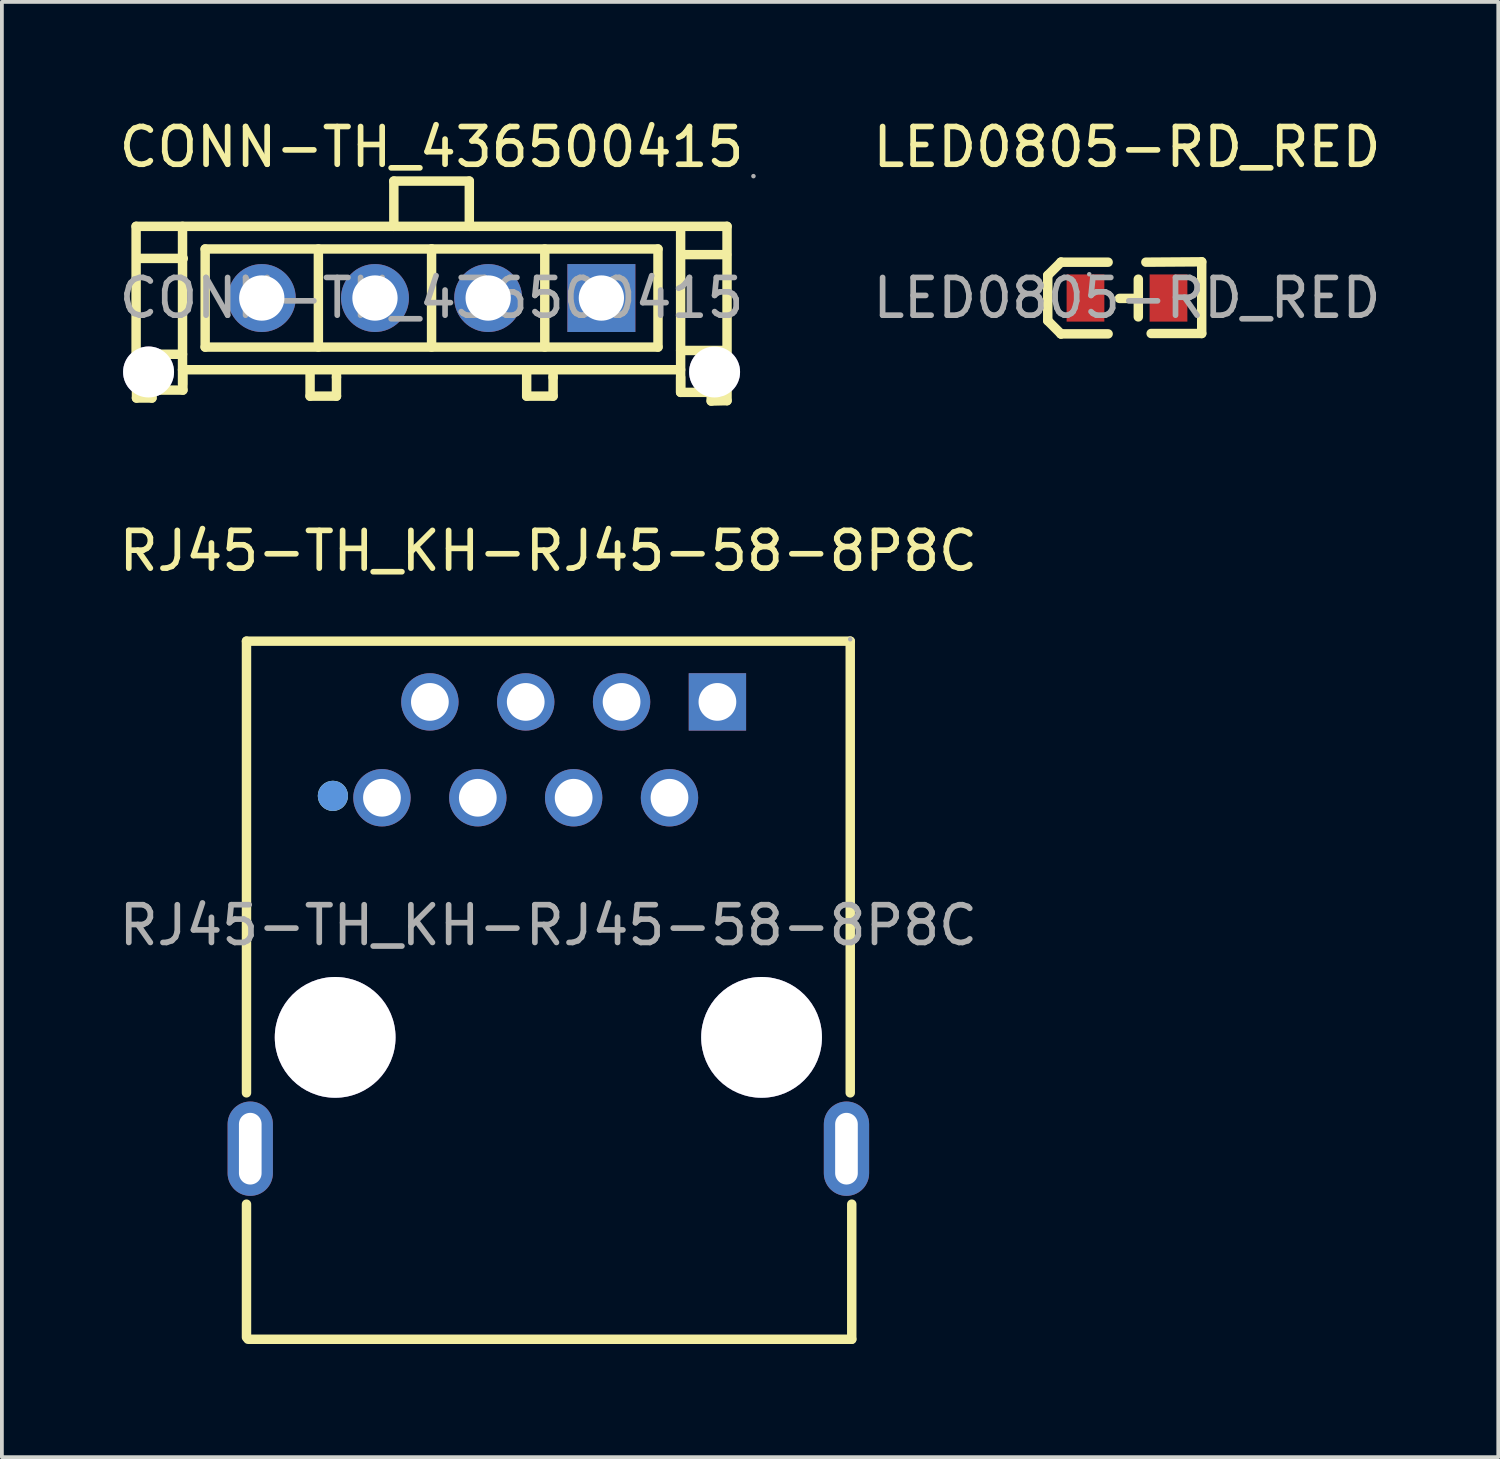
<source format=kicad_pcb>
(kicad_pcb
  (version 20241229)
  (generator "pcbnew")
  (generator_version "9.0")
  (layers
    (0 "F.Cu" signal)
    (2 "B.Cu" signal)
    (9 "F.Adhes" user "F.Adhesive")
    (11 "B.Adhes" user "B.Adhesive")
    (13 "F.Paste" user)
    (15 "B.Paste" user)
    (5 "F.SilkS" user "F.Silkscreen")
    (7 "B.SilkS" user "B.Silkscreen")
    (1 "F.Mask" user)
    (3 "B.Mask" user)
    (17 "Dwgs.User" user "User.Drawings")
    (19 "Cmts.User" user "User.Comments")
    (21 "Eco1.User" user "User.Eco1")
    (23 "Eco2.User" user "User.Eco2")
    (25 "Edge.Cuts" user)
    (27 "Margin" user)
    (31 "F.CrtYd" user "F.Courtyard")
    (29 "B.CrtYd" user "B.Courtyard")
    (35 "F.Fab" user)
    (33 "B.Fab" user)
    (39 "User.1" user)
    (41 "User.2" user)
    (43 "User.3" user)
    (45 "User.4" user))
  (footprint "RJ45-TH_KH-RJ45-58-8P8C"
    (layer "F.Cu")
    (at 11.482 21.471)
    (property "Reference" "RJ45-TH_KH-RJ45-58-8P8C" (at 0 -9.92 0) (layer "F.SilkS") (effects (font (size 1 1) (thickness 0.15))))
    (attr through_hole)
    (fp_line (start -8 -7.53) (end -8 4.44) (stroke (width 0.25) (type solid)) (layer "F.SilkS"))
    (fp_line (start -8 10.92) (end -8 7.39) (stroke (width 0.25) (type solid)) (layer "F.SilkS"))
    (fp_line (start 8 -7.53) (end -8 -7.53) (stroke (width 0.25) (type solid)) (layer "F.SilkS"))
    (fp_line (start 8 -7.53) (end 8 4.44) (stroke (width 0.25) (type solid)) (layer "F.SilkS"))
    (fp_line (start 8.04 7.39) (end 8.04 10.97) (stroke (width 0.25) (type solid)) (layer "F.SilkS"))
    (fp_line (start 8.04 10.97) (end -7.96 10.97) (stroke (width 0.25) (type solid)) (layer "F.SilkS"))
    (fp_circle (center -5.71 -3.43) (end -5.51 -3.43) (stroke (width 0.4) (type solid)) (fill no) (layer "F.SilkS"))
    (fp_circle (center -5.71 -3.43) (end -5.51 -3.43) (stroke (width 0.4) (type solid)) (fill no) (layer "Cmts.User"))
    (fp_circle (center -5.65 2.97) (end -4.9 2.97) (stroke (width 1.5) (type solid)) (fill no) (layer "Cmts.User"))
    (fp_circle (center 5.65 2.97) (end 6.4 2.97) (stroke (width 1.5) (type solid)) (fill no) (layer "Cmts.User"))
    (fp_circle (center 8 -7.58) (end 8.03 -7.58) (stroke (width 0.06) (type solid)) (fill no) (layer "F.Fab"))
    (fp_text user "${REFERENCE}" (at 0 0 0) (layer "F.Fab") (effects (font (size 1 1) (thickness 0.15))))
    (pad "" thru_hole circle (at -5.65 2.97) (size 3.2 3.2) (drill 3.2) (layers "*.Cu" "*.Mask"))
    (pad "" thru_hole circle (at 5.65 2.97) (size 3.2 3.2) (drill 3.2) (layers "*.Cu" "*.Mask"))
    (pad "1" thru_hole circle (at -4.41 -3.38) (size 1.52 1.52) (drill 1) (layers "*.Cu" "*.Mask"))
    (pad "2" thru_hole circle (at -3.14 -5.92) (size 1.52 1.52) (drill 1) (layers "*.Cu" "*.Mask"))
    (pad "3" thru_hole circle (at -1.87 -3.38) (size 1.52 1.52) (drill 1) (layers "*.Cu" "*.Mask"))
    (pad "4" thru_hole circle (at -0.6 -5.92) (size 1.52 1.52) (drill 1) (layers "*.Cu" "*.Mask"))
    (pad "5" thru_hole circle (at 0.67 -3.38) (size 1.52 1.52) (drill 1) (layers "*.Cu" "*.Mask"))
    (pad "6" thru_hole circle (at 1.94 -5.92) (size 1.52 1.52) (drill 1) (layers "*.Cu" "*.Mask"))
    (pad "7" thru_hole circle (at 3.21 -3.38) (size 1.52 1.52) (drill 1) (layers "*.Cu" "*.Mask"))
    (pad "8" thru_hole rect (at 4.48 -5.92) (size 1.52 1.52) (drill 1) (layers "*.Cu" "*.Mask"))
    (pad "9" thru_hole oval (at -7.9 5.92) (size 1.2 2.5) (drill oval 0.6 1.9) (layers "*.Cu" "*.Mask"))
    (pad "10" thru_hole oval (at 7.9 5.92) (size 1.2 2.5) (drill oval 0.6 1.9) (layers "*.Cu" "*.Mask")))
  (footprint "CONN-TH_436500415"
    (layer "F.Cu")
    (at 8.387 4.848)
    (property "Reference" "CONN-TH_436500415" (at 0 -4 0) (layer "F.SilkS") (effects (font (size 1 1) (thickness 0.15))))
    (attr through_hole)
    (fp_line (start -7.83 -1.9) (end -7.83 1.86) (stroke (width 0.25) (type solid)) (layer "F.SilkS"))
    (fp_line (start -7.82 2.01) (end -7.39 2.44) (stroke (width 0.25) (type solid)) (layer "F.SilkS"))
    (fp_line (start -7.82 2.02) (end -7.82 2.65) (stroke (width 0.25) (type solid)) (layer "F.SilkS"))
    (fp_line (start -7.82 2.65) (end -7.41 2.65) (stroke (width 0.25) (type solid)) (layer "F.SilkS"))
    (fp_line (start -7.81 1.49) (end -6.6 1.49) (stroke (width 0.25) (type solid)) (layer "F.SilkS"))
    (fp_line (start -7.79 -1.05) (end -6.58 -1.05) (stroke (width 0.25) (type solid)) (layer "F.SilkS"))
    (fp_line (start -7.41 2.65) (end -7.41 2.42) (stroke (width 0.25) (type solid)) (layer "F.SilkS"))
    (fp_line (start -7.39 2.44) (end -6.59 2.44) (stroke (width 0.25) (type solid)) (layer "F.SilkS"))
    (fp_line (start -6.6 -1.9) (end -6.6 2.28) (stroke (width 0.25) (type solid)) (layer "F.SilkS"))
    (fp_line (start -6.6 1.9) (end 6.6 1.9) (stroke (width 0.25) (type solid)) (layer "F.SilkS"))
    (fp_line (start -6.59 2.44) (end -6.59 2.04) (stroke (width 0.25) (type solid)) (layer "F.SilkS"))
    (fp_line (start -6 -1.3) (end 0 -1.3) (stroke (width 0.25) (type solid)) (layer "F.SilkS"))
    (fp_line (start -6 1.3) (end -6 -1.3) (stroke (width 0.25) (type solid)) (layer "F.SilkS"))
    (fp_line (start -3.22 2) (end -3.22 2.6) (stroke (width 0.25) (type solid)) (layer "F.SilkS"))
    (fp_line (start -3.22 2.6) (end -2.52 2.6) (stroke (width 0.25) (type solid)) (layer "F.SilkS"))
    (fp_line (start -3 -1.3) (end -3 1.3) (stroke (width 0.25) (type solid)) (layer "F.SilkS"))
    (fp_line (start -2.52 2.1) (end -2.52 2) (stroke (width 0.25) (type solid)) (layer "F.SilkS"))
    (fp_line (start -2.52 2.6) (end -2.52 2.1) (stroke (width 0.25) (type solid)) (layer "F.SilkS"))
    (fp_line (start -1 -3.1) (end 1 -3.1) (stroke (width 0.25) (type solid)) (layer "F.SilkS"))
    (fp_line (start -1 -1.9) (end -1 -3.1) (stroke (width 0.25) (type solid)) (layer "F.SilkS"))
    (fp_line (start 0 -1.3) (end 0 1.3) (stroke (width 0.25) (type solid)) (layer "F.SilkS"))
    (fp_line (start 0 -1.3) (end 6 -1.3) (stroke (width 0.25) (type solid)) (layer "F.SilkS"))
    (fp_line (start 1 -3.1) (end 1 -1.9) (stroke (width 0.25) (type solid)) (layer "F.SilkS"))
    (fp_line (start 2.52 2) (end 2.52 2.6) (stroke (width 0.25) (type solid)) (layer "F.SilkS"))
    (fp_line (start 2.52 2.6) (end 3.22 2.6) (stroke (width 0.25) (type solid)) (layer "F.SilkS"))
    (fp_line (start 3 -1.3) (end 3 1.3) (stroke (width 0.25) (type solid)) (layer "F.SilkS"))
    (fp_line (start 3.22 2.1) (end 3.22 2) (stroke (width 0.25) (type solid)) (layer "F.SilkS"))
    (fp_line (start 3.22 2.6) (end 3.22 2.1) (stroke (width 0.25) (type solid)) (layer "F.SilkS"))
    (fp_line (start 6 -1.3) (end 6 1.3) (stroke (width 0.25) (type solid)) (layer "F.SilkS"))
    (fp_line (start 6 1.3) (end -6 1.3) (stroke (width 0.25) (type solid)) (layer "F.SilkS"))
    (fp_line (start 6.6 -1.88) (end 6.6 2.48) (stroke (width 0.25) (type solid)) (layer "F.SilkS"))
    (fp_line (start 6.6 1.39) (end 7.8 1.39) (stroke (width 0.25) (type solid)) (layer "F.SilkS"))
    (fp_line (start 6.6 2.5) (end 6.6 2.1) (stroke (width 0.25) (type solid)) (layer "F.SilkS"))
    (fp_line (start 6.62 -1.15) (end 7.82 -1.15) (stroke (width 0.25) (type solid)) (layer "F.SilkS"))
    (fp_line (start 7.4 2.5) (end 6.6 2.5) (stroke (width 0.25) (type solid)) (layer "F.SilkS"))
    (fp_line (start 7.41 2.73) (end 7.41 2.5) (stroke (width 0.25) (type solid)) (layer "F.SilkS"))
    (fp_line (start 7.83 -1.9) (end -7.83 -1.9) (stroke (width 0.25) (type solid)) (layer "F.SilkS"))
    (fp_line (start 7.83 2.06) (end 7.83 -1.9) (stroke (width 0.25) (type solid)) (layer "F.SilkS"))
    (fp_line (start 7.83 2.07) (end 7.4 2.5) (stroke (width 0.25) (type solid)) (layer "F.SilkS"))
    (fp_line (start 7.83 2.09) (end 7.83 2.72) (stroke (width 0.25) (type solid)) (layer "F.SilkS"))
    (fp_line (start 7.83 2.72) (end 7.41 2.73) (stroke (width 0.25) (type solid)) (layer "F.SilkS"))
    (fp_circle (center -7.5 1.96) (end -7.21 1.96) (stroke (width 0.58) (type solid)) (fill no) (layer "F.Fab"))
    (fp_circle (center -4.5 0) (end -4.25 0) (stroke (width 0.5) (type solid)) (fill no) (layer "F.Fab"))
    (fp_circle (center -1.5 0) (end -1.25 0) (stroke (width 0.5) (type solid)) (fill no) (layer "F.Fab"))
    (fp_circle (center 1.5 0) (end 1.75 0) (stroke (width 0.5) (type solid)) (fill no) (layer "F.Fab"))
    (fp_circle (center 4.5 0) (end 4.75 0) (stroke (width 0.5) (type solid)) (fill no) (layer "F.Fab"))
    (fp_circle (center 7.5 1.96) (end 7.79 1.96) (stroke (width 0.58) (type solid)) (fill no) (layer "F.Fab"))
    (fp_circle (center 8.53 -3.23) (end 8.56 -3.23) (stroke (width 0.06) (type solid)) (fill no) (layer "F.Fab"))
    (fp_text user "${REFERENCE}" (at 0 0 0) (layer "F.Fab") (effects (font (size 1 1) (thickness 0.15))))
    (pad "" thru_hole circle (at -7.5 1.96) (size 1.35 1.35) (drill 1.35) (layers "*.Cu" "*.Mask"))
    (pad "" thru_hole circle (at 7.5 1.96) (size 1.35 1.35) (drill 1.35) (layers "*.Cu" "*.Mask"))
    (pad "1" thru_hole rect (at 4.5 0) (size 1.8 1.8) (drill 1.2) (layers "*.Cu" "*.Mask"))
    (pad "2" thru_hole circle (at 1.5 0) (size 1.8 1.8) (drill 1.2) (layers "*.Cu" "*.Mask"))
    (pad "3" thru_hole circle (at -1.5 0) (size 1.8 1.8) (drill 1.2) (layers "*.Cu" "*.Mask"))
    (pad "4" thru_hole circle (at -4.5 0) (size 1.8 1.8) (drill 1.2) (layers "*.Cu" "*.Mask")))
  (footprint "LED0805-RD_RED"
    (layer "F.Cu")
    (at 26.816 4.848)
    (property "Reference" "LED0805-RD_RED" (at 0 -4 0) (layer "F.SilkS") (effects (font (size 1 1) (thickness 0.15))))
    (attr smd)
    (fp_line (start -2.1 -0.6) (end -2.1 0.6) (stroke (width 0.25) (type solid)) (layer "F.SilkS"))
    (fp_line (start -1.75 -0.95) (end -2.1 -0.6) (stroke (width 0.25) (type solid)) (layer "F.SilkS"))
    (fp_line (start -1.75 -0.95) (end -1.75 -0.95) (stroke (width 0.25) (type solid)) (layer "F.SilkS"))
    (fp_line (start -1.75 0.95) (end -2.1 0.6) (stroke (width 0.25) (type solid)) (layer "F.SilkS"))
    (fp_line (start -1.75 0.95) (end -1.75 0.95) (stroke (width 0.25) (type solid)) (layer "F.SilkS"))
    (fp_line (start -0.5 -0.95) (end -1.75 -0.95) (stroke (width 0.25) (type solid)) (layer "F.SilkS"))
    (fp_line (start -0.5 0.95) (end -1.75 0.95) (stroke (width 0.25) (type solid)) (layer "F.SilkS"))
    (fp_line (start 0.3 -0.5) (end 0.3 0.5) (stroke (width 0.25) (type solid)) (layer "F.SilkS"))
    (fp_line (start 0.3 0.01) (end -0.2 0.01) (stroke (width 0.25) (type solid)) (layer "F.SilkS"))
    (fp_line (start 0.5 -0.95) (end 1.98 -0.96) (stroke (width 0.25) (type solid)) (layer "F.SilkS"))
    (fp_line (start 0.64 0.94) (end 1.98 0.94) (stroke (width 0.25) (type solid)) (layer "F.SilkS"))
    (fp_line (start 1.98 -0.96) (end 1.98 0.94) (stroke (width 0.25) (type solid)) (layer "F.SilkS"))
    (fp_circle (center -1 -0.63) (end -0.97 -0.63) (stroke (width 0.06) (type solid)) (fill no) (layer "F.Fab"))
    (fp_text user "${REFERENCE}" (at 0 0 0) (layer "F.Fab") (effects (font (size 1 1) (thickness 0.15))))
    (pad "1" smd rect (at -1.1 0 180) (size 1 1.25) (layers "F.Cu" "F.Mask" "F.Paste"))
    (pad "2" smd rect (at 1.1 0 180) (size 1 1.25) (layers "F.Cu" "F.Mask" "F.Paste")))
  (gr_rect
    (start -3 -3)
    (end 36.655 35.566)
    (stroke (width 0.1) (type default))
    (fill no)
    (layer "Edge.Cuts")))
</source>
